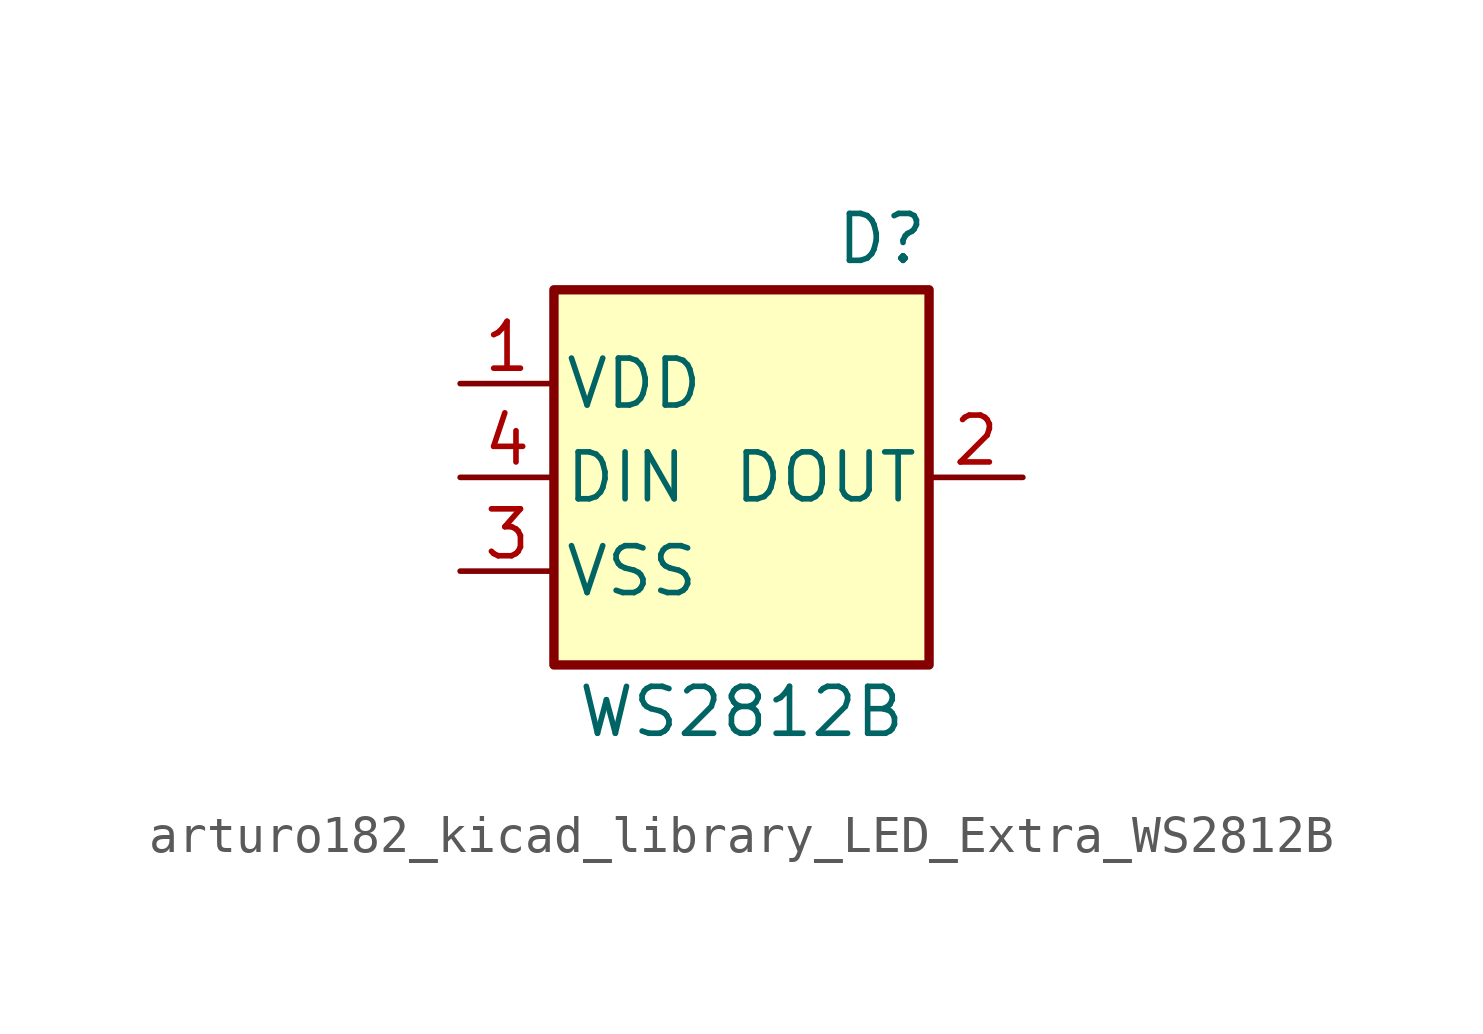
<source format=kicad_sym>
(kicad_symbol_lib
  (version 20220914)
  (generator kicad_symbol_editor)
  (symbol "arturo182_kicad_library_LED_Extra_WS2812B"
    (pin_names
      (offset 0.254))
    (property "Reference" "D"
      (at 5.08 5.715 0)
      (effects (font (size 1.27 1.27)) (justify right bottom)))
    (property "Value" "WS2812B"
      (at 0 -6.35 0)
      (effects (font (size 1.27 1.27))))
    (symbol "arturo182_kicad_library_LED_Extra_WS2812B_0_1"
      (rectangle (start 5.08 5.08) (end -5.08 -5.08) (stroke (width 0.254) (type default)) (fill (type background))))
    (symbol "arturo182_kicad_library_LED_Extra_WS2812B_1_1"
      (pin power_in line (at -7.62 2.54 0) (length 2.54) (name "VDD" (effects (font (size 1.27 1.27)))) (number "1" (effects (font (size 1.27 1.27)))))
      (pin output line (at 7.62 0 180) (length 2.54) (name "DOUT" (effects (font (size 1.27 1.27)))) (number "2" (effects (font (size 1.27 1.27)))))
      (pin power_in line (at -7.62 -2.54 0) (length 2.54) (name "VSS" (effects (font (size 1.27 1.27)))) (number "3" (effects (font (size 1.27 1.27)))))
      (pin input line (at -7.62 0 0) (length 2.54) (name "DIN" (effects (font (size 1.27 1.27)))) (number "4" (effects (font (size 1.27 1.27))))))))
</source>
